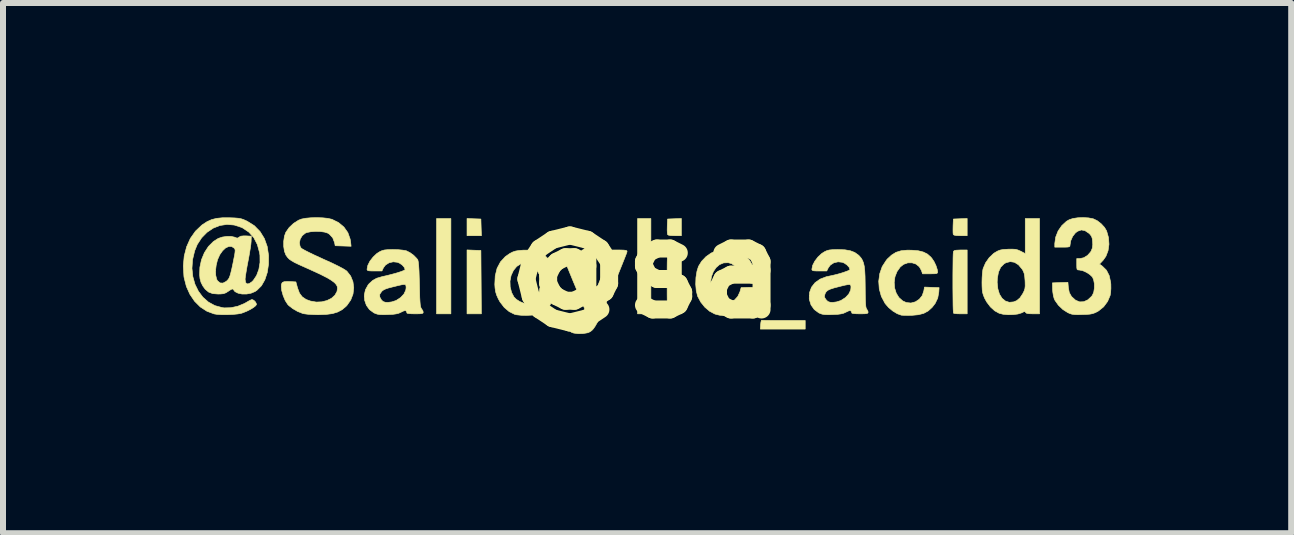
<source format=kicad_pcb>
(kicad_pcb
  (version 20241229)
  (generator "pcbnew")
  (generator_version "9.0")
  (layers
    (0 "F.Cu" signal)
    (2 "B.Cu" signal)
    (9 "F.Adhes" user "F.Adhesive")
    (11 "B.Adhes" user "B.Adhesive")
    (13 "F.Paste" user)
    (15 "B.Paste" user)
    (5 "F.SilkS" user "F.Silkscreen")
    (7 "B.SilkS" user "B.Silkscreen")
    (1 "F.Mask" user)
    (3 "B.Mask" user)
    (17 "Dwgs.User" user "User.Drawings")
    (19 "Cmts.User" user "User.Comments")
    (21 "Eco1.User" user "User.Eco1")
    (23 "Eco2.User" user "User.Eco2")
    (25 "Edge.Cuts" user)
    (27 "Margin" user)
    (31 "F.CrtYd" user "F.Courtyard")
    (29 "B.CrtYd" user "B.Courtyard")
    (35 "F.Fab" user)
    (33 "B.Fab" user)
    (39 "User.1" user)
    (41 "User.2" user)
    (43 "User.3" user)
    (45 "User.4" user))
  (footprint "@sa"
    (layer "F.Cu")
    (at 7.718 1.418)
    (property "Reference" "@sa" (at 0 0 0) (layer "F.SilkS") (effects (font (size 1.524 1.524) (thickness 0.3))))
    (attr through_hole)
    (fp_poly (pts (xy -3.254 0.762) (xy -3.493 0.762) (xy -3.493 -0.826) (xy -3.254 -0.826) (xy -3.254 0.762)) (stroke (width 0.01) (type solid)) (fill yes) (layer "F.SilkS"))
    (fp_poly (pts (xy 0.079 0.762) (xy -0.143 0.762) (xy -0.143 -0.826) (xy 0.079 -0.826) (xy 0.079 0.762)) (stroke (width 0.01) (type solid)) (fill yes) (layer "F.SilkS"))
    (fp_poly (pts (xy -2.869 -0.298) (xy -2.754 -0.294) (xy -2.746 0.762) (xy -2.985 0.762) (xy -2.985 -0.303) (xy -2.869 -0.298)) (stroke (width 0.01) (type solid)) (fill yes) (layer "F.SilkS"))
    (fp_poly (pts (xy -2.869 -0.822) (xy -2.754 -0.818) (xy -2.75 -0.679) (xy -2.745 -0.54) (xy -2.985 -0.54) (xy -2.985 -0.827) (xy -2.869 -0.822)) (stroke (width 0.01) (type solid)) (fill yes) (layer "F.SilkS"))
    (fp_poly (pts (xy 0.587 -0.54) (xy 0.476 -0.54) (xy 0.409 -0.542) (xy 0.37 -0.55) (xy 0.356 -0.561) (xy 0.353 -0.587) (xy 0.351 -0.634) (xy 0.352 -0.694) (xy 0.352 -0.7) (xy 0.357 -0.818) (xy 0.587 -0.827) (xy 0.587 -0.54)) (stroke (width 0.01) (type solid)) (fill yes) (layer "F.SilkS"))
    (fp_poly (pts (xy 5.35 -0.54) (xy 5.238 -0.54) (xy 5.171 -0.542) (xy 5.132 -0.55) (xy 5.118 -0.561) (xy 5.115 -0.587) (xy 5.114 -0.634) (xy 5.115 -0.694) (xy 5.115 -0.7) (xy 5.12 -0.818) (xy 5.35 -0.827) (xy 5.35 -0.54)) (stroke (width 0.01) (type solid)) (fill yes) (layer "F.SilkS"))
    (fp_poly (pts (xy 1.944 0.87) (xy 1.989 0.871) (xy 2.057 0.872) (xy 2.143 0.873) (xy 2.242 0.873) (xy 2.294 0.873) (xy 2.651 0.873) (xy 2.651 1.016) (xy 1.903 1.016) (xy 1.908 0.941) (xy 1.913 0.898) (xy 1.921 0.872) (xy 1.925 0.869) (xy 1.944 0.87)) (stroke (width 0.01) (type solid)) (fill yes) (layer "F.SilkS"))
    (fp_poly (pts (xy 0.587 0.762) (xy 0.479 0.762) (xy 0.423 0.761) (xy 0.38 0.757) (xy 0.36 0.751) (xy 0.36 0.751) (xy 0.357 0.733) (xy 0.355 0.688) (xy 0.353 0.621) (xy 0.351 0.535) (xy 0.35 0.437) (xy 0.35 0.33) (xy 0.349 0.219) (xy 0.35 0.108) (xy 0.35 0.004) (xy 0.351 -0.091) (xy 0.353 -0.171) (xy 0.355 -0.232) (xy 0.357 -0.268) (xy 0.359 -0.277) (xy 0.372 -0.291) (xy 0.401 -0.298) (xy 0.454 -0.301) (xy 0.478 -0.302) (xy 0.587 -0.302) (xy 0.587 0.762)) (stroke (width 0.01) (type solid)) (fill yes) (layer "F.SilkS"))
    (fp_poly (pts (xy 5.35 0.762) (xy 5.241 0.762) (xy 5.185 0.761) (xy 5.143 0.757) (xy 5.122 0.751) (xy 5.122 0.751) (xy 5.12 0.733) (xy 5.117 0.688) (xy 5.115 0.621) (xy 5.114 0.535) (xy 5.113 0.437) (xy 5.112 0.33) (xy 5.112 0.219) (xy 5.112 0.108) (xy 5.113 0.004) (xy 5.114 -0.091) (xy 5.115 -0.171) (xy 5.117 -0.232) (xy 5.12 -0.268) (xy 5.121 -0.277) (xy 5.134 -0.291) (xy 5.164 -0.298) (xy 5.216 -0.301) (xy 5.24 -0.302) (xy 5.35 -0.302) (xy 5.35 0.762)) (stroke (width 0.01) (type solid)) (fill yes) (layer "F.SilkS"))
    (fp_poly (pts (xy 4.429 -0.298) (xy 4.536 -0.289) (xy 4.619 -0.268) (xy 4.686 -0.235) (xy 4.743 -0.185) (xy 4.761 -0.164) (xy 4.798 -0.109) (xy 4.83 -0.042) (xy 4.851 0.023) (xy 4.858 0.066) (xy 4.854 0.081) (xy 4.84 0.09) (xy 4.808 0.094) (xy 4.752 0.095) (xy 4.732 0.095) (xy 4.606 0.095) (xy 4.588 0.04) (xy 4.552 -0.023) (xy 4.498 -0.067) (xy 4.432 -0.088) (xy 4.361 -0.088) (xy 4.291 -0.063) (xy 4.235 -0.019) (xy 4.18 0.059) (xy 4.146 0.147) (xy 4.134 0.24) (xy 4.141 0.332) (xy 4.168 0.418) (xy 4.213 0.491) (xy 4.276 0.547) (xy 4.336 0.574) (xy 4.413 0.582) (xy 4.487 0.562) (xy 4.552 0.519) (xy 4.601 0.458) (xy 4.627 0.382) (xy 4.639 0.316) (xy 4.76 0.321) (xy 4.882 0.325) (xy 4.877 0.401) (xy 4.859 0.5) (xy 4.817 0.588) (xy 4.766 0.654) (xy 4.7 0.714) (xy 4.626 0.754) (xy 4.536 0.777) (xy 4.43 0.787) (xy 4.362 0.788) (xy 4.302 0.787) (xy 4.259 0.785) (xy 4.252 0.784) (xy 4.185 0.76) (xy 4.112 0.716) (xy 4.042 0.658) (xy 3.985 0.593) (xy 3.981 0.587) (xy 3.92 0.472) (xy 3.885 0.347) (xy 3.876 0.219) (xy 3.893 0.093) (xy 3.934 -0.025) (xy 4.002 -0.13) (xy 4.019 -0.151) (xy 4.09 -0.217) (xy 4.164 -0.263) (xy 4.248 -0.289) (xy 4.35 -0.299) (xy 4.429 -0.298)) (stroke (width 0.01) (type solid)) (fill yes) (layer "F.SilkS"))
    (fp_poly (pts (xy -1.927 -0.299) (xy -1.832 -0.284) (xy -1.753 -0.254) (xy -1.702 -0.223) (xy -1.651 -0.173) (xy -1.604 -0.106) (xy -1.569 -0.033) (xy -1.552 0.032) (xy -1.552 0.033) (xy -1.548 0.087) (xy -1.667 0.092) (xy -1.786 0.096) (xy -1.823 0.025) (xy -1.874 -0.043) (xy -1.936 -0.082) (xy -2.009 -0.092) (xy -2.086 -0.073) (xy -2.158 -0.027) (xy -2.213 0.041) (xy -2.251 0.124) (xy -2.269 0.217) (xy -2.266 0.314) (xy -2.242 0.407) (xy -2.203 0.481) (xy -2.163 0.521) (xy -2.107 0.557) (xy -2.05 0.581) (xy -2.013 0.587) (xy -1.959 0.576) (xy -1.899 0.55) (xy -1.846 0.515) (xy -1.816 0.484) (xy -1.794 0.438) (xy -1.779 0.385) (xy -1.779 0.384) (xy -1.77 0.325) (xy -1.645 0.321) (xy -1.519 0.316) (xy -1.528 0.412) (xy -1.553 0.521) (xy -1.604 0.618) (xy -1.678 0.698) (xy -1.771 0.755) (xy -1.777 0.758) (xy -1.834 0.773) (xy -1.911 0.784) (xy -1.999 0.788) (xy -2.084 0.786) (xy -2.158 0.778) (xy -2.192 0.77) (xy -2.281 0.726) (xy -2.364 0.656) (xy -2.435 0.564) (xy -2.464 0.512) (xy -2.492 0.449) (xy -2.509 0.393) (xy -2.518 0.331) (xy -2.522 0.272) (xy -2.515 0.129) (xy -2.484 0.003) (xy -2.427 -0.104) (xy -2.346 -0.192) (xy -2.271 -0.244) (xy -2.222 -0.269) (xy -2.176 -0.284) (xy -2.122 -0.293) (xy -2.049 -0.299) (xy -2.045 -0.299) (xy -1.927 -0.299)) (stroke (width 0.01) (type solid)) (fill yes) (layer "F.SilkS"))
    (fp_poly (pts (xy 1.408 -0.297) (xy 1.497 -0.285) (xy 1.569 -0.264) (xy 1.582 -0.257) (xy 1.658 -0.204) (xy 1.722 -0.132) (xy 1.769 -0.05) (xy 1.792 0.034) (xy 1.794 0.061) (xy 1.792 0.078) (xy 1.78 0.088) (xy 1.754 0.093) (xy 1.706 0.095) (xy 1.67 0.095) (xy 1.546 0.095) (xy 1.527 0.042) (xy 1.487 -0.027) (xy 1.428 -0.073) (xy 1.369 -0.09) (xy 1.291 -0.087) (xy 1.222 -0.058) (xy 1.165 -0.008) (xy 1.12 0.059) (xy 1.09 0.137) (xy 1.075 0.222) (xy 1.077 0.309) (xy 1.097 0.393) (xy 1.136 0.47) (xy 1.191 0.529) (xy 1.261 0.57) (xy 1.335 0.583) (xy 1.408 0.569) (xy 1.474 0.531) (xy 1.528 0.471) (xy 1.563 0.395) (xy 1.583 0.325) (xy 1.697 0.321) (xy 1.763 0.32) (xy 1.803 0.327) (xy 1.821 0.349) (xy 1.821 0.39) (xy 1.81 0.451) (xy 1.773 0.563) (xy 1.714 0.652) (xy 1.632 0.719) (xy 1.527 0.764) (xy 1.399 0.786) (xy 1.369 0.788) (xy 1.287 0.79) (xy 1.225 0.785) (xy 1.169 0.772) (xy 1.143 0.764) (xy 1.058 0.719) (xy 0.978 0.651) (xy 0.91 0.566) (xy 0.86 0.472) (xy 0.857 0.465) (xy 0.835 0.376) (xy 0.826 0.269) (xy 0.83 0.157) (xy 0.847 0.052) (xy 0.872 -0.028) (xy 0.924 -0.113) (xy 0.997 -0.19) (xy 1.082 -0.25) (xy 1.145 -0.279) (xy 1.221 -0.295) (xy 1.313 -0.301) (xy 1.408 -0.297)) (stroke (width 0.01) (type solid)) (fill yes) (layer "F.SilkS"))
    (fp_poly (pts (xy 6.556 0.762) (xy 6.445 0.762) (xy 6.381 0.76) (xy 6.343 0.754) (xy 6.326 0.742) (xy 6.324 0.739) (xy 6.314 0.726) (xy 6.294 0.728) (xy 6.256 0.746) (xy 6.254 0.747) (xy 6.195 0.765) (xy 6.117 0.775) (xy 6.031 0.777) (xy 5.948 0.769) (xy 5.882 0.752) (xy 5.808 0.711) (xy 5.737 0.646) (xy 5.675 0.564) (xy 5.641 0.502) (xy 5.621 0.453) (xy 5.608 0.41) (xy 5.601 0.363) (xy 5.598 0.301) (xy 5.597 0.238) (xy 5.85 0.238) (xy 5.861 0.345) (xy 5.888 0.434) (xy 5.931 0.503) (xy 5.987 0.549) (xy 6.052 0.57) (xy 6.125 0.563) (xy 6.176 0.542) (xy 6.23 0.496) (xy 6.276 0.427) (xy 6.299 0.381) (xy 6.312 0.342) (xy 6.317 0.298) (xy 6.316 0.239) (xy 6.315 0.212) (xy 6.309 0.14) (xy 6.3 0.089) (xy 6.284 0.048) (xy 6.265 0.016) (xy 6.205 -0.055) (xy 6.138 -0.097) (xy 6.068 -0.108) (xy 5.997 -0.09) (xy 5.966 -0.072) (xy 5.909 -0.015) (xy 5.872 0.065) (xy 5.853 0.171) (xy 5.85 0.238) (xy 5.597 0.238) (xy 5.599 0.16) (xy 5.604 0.087) (xy 5.611 0.029) (xy 5.617 0.005) (xy 5.657 -0.088) (xy 5.718 -0.175) (xy 5.792 -0.245) (xy 5.817 -0.261) (xy 5.861 -0.286) (xy 5.901 -0.301) (xy 5.95 -0.31) (xy 6.017 -0.314) (xy 6.031 -0.315) (xy 6.103 -0.316) (xy 6.153 -0.313) (xy 6.193 -0.303) (xy 6.234 -0.285) (xy 6.243 -0.281) (xy 6.318 -0.242) (xy 6.318 -0.826) (xy 6.556 -0.826) (xy 6.556 0.762)) (stroke (width 0.01) (type solid)) (fill yes) (layer "F.SilkS"))
    (fp_poly (pts (xy -0.377 -0.3) (xy -0.339 -0.296) (xy -0.321 -0.288) (xy -0.318 -0.278) (xy -0.323 -0.258) (xy -0.34 -0.213) (xy -0.367 -0.145) (xy -0.402 -0.057) (xy -0.444 0.047) (xy -0.492 0.165) (xy -0.545 0.292) (xy -0.565 0.341) (xy -0.634 0.504) (xy -0.692 0.641) (xy -0.741 0.753) (xy -0.783 0.844) (xy -0.819 0.915) (xy -0.85 0.969) (xy -0.878 1.01) (xy -0.905 1.039) (xy -0.931 1.058) (xy -0.958 1.072) (xy -0.981 1.079) (xy -1.054 1.091) (xy -1.134 1.093) (xy -1.205 1.083) (xy -1.226 1.077) (xy -1.249 1.067) (xy -1.262 1.052) (xy -1.268 1.024) (xy -1.27 0.976) (xy -1.27 0.949) (xy -1.27 0.838) (xy -1.226 0.848) (xy -1.156 0.863) (xy -1.108 0.869) (xy -1.076 0.866) (xy -1.051 0.852) (xy -1.027 0.827) (xy -1 0.788) (xy -0.995 0.757) (xy -0.999 0.742) (xy -1.008 0.719) (xy -1.028 0.67) (xy -1.057 0.6) (xy -1.094 0.512) (xy -1.136 0.41) (xy -1.183 0.297) (xy -1.213 0.226) (xy -1.261 0.109) (xy -1.305 0.001) (xy -1.344 -0.094) (xy -1.375 -0.173) (xy -1.398 -0.233) (xy -1.411 -0.269) (xy -1.413 -0.278) (xy -1.406 -0.29) (xy -1.384 -0.298) (xy -1.338 -0.301) (xy -1.29 -0.302) (xy -1.167 -0.302) (xy -1.05 -0.012) (xy -0.999 0.114) (xy -0.959 0.214) (xy -0.927 0.289) (xy -0.904 0.345) (xy -0.887 0.382) (xy -0.875 0.405) (xy -0.867 0.415) (xy -0.862 0.417) (xy -0.857 0.413) (xy -0.855 0.41) (xy -0.846 0.39) (xy -0.827 0.344) (xy -0.799 0.278) (xy -0.766 0.196) (xy -0.727 0.102) (xy -0.704 0.044) (xy -0.565 -0.302) (xy -0.441 -0.302) (xy -0.377 -0.3)) (stroke (width 0.01) (type solid)) (fill yes) (layer "F.SilkS"))
    (fp_poly (pts (xy 7.372 -0.837) (xy 7.446 -0.823) (xy 7.448 -0.823) (xy 7.516 -0.791) (xy 7.583 -0.739) (xy 7.639 -0.678) (xy 7.674 -0.619) (xy 7.705 -0.509) (xy 7.713 -0.397) (xy 7.698 -0.291) (xy 7.662 -0.197) (xy 7.618 -0.134) (xy 7.555 -0.067) (xy 7.603 -0.032) (xy 7.671 0.035) (xy 7.717 0.125) (xy 7.741 0.236) (xy 7.744 0.268) (xy 7.745 0.338) (xy 7.741 0.405) (xy 7.733 0.454) (xy 7.733 0.455) (xy 7.69 0.556) (xy 7.624 0.645) (xy 7.541 0.712) (xy 7.525 0.722) (xy 7.481 0.744) (xy 7.442 0.758) (xy 7.397 0.767) (xy 7.337 0.772) (xy 7.271 0.774) (xy 7.192 0.776) (xy 7.137 0.774) (xy 7.095 0.768) (xy 7.058 0.756) (xy 7.025 0.741) (xy 6.944 0.689) (xy 6.87 0.618) (xy 6.814 0.539) (xy 6.801 0.512) (xy 6.787 0.463) (xy 6.777 0.399) (xy 6.773 0.349) (xy 6.771 0.246) (xy 6.9 0.241) (xy 7.029 0.237) (xy 7.036 0.325) (xy 7.052 0.409) (xy 7.089 0.474) (xy 7.152 0.531) (xy 7.161 0.537) (xy 7.225 0.563) (xy 7.293 0.56) (xy 7.361 0.529) (xy 7.424 0.47) (xy 7.436 0.454) (xy 7.459 0.403) (xy 7.47 0.334) (xy 7.47 0.26) (xy 7.457 0.193) (xy 7.437 0.148) (xy 7.394 0.107) (xy 7.335 0.069) (xy 7.272 0.042) (xy 7.22 0.032) (xy 7.195 0.03) (xy 7.182 0.021) (xy 7.177 -0.004) (xy 7.176 -0.052) (xy 7.176 -0.064) (xy 7.176 -0.159) (xy 7.229 -0.159) (xy 7.293 -0.173) (xy 7.355 -0.211) (xy 7.406 -0.268) (xy 7.417 -0.286) (xy 7.436 -0.334) (xy 7.443 -0.39) (xy 7.441 -0.435) (xy 7.435 -0.491) (xy 7.423 -0.528) (xy 7.4 -0.56) (xy 7.377 -0.582) (xy 7.314 -0.624) (xy 7.253 -0.636) (xy 7.192 -0.615) (xy 7.155 -0.588) (xy 7.108 -0.529) (xy 7.075 -0.454) (xy 7.064 -0.383) (xy 7.062 -0.366) (xy 7.051 -0.356) (xy 7.025 -0.351) (xy 6.978 -0.349) (xy 6.937 -0.349) (xy 6.81 -0.349) (xy 6.81 -0.41) (xy 6.825 -0.516) (xy 6.865 -0.618) (xy 6.927 -0.708) (xy 7.005 -0.78) (xy 7.054 -0.808) (xy 7.114 -0.827) (xy 7.195 -0.839) (xy 7.285 -0.842) (xy 7.372 -0.837)) (stroke (width 0.01) (type solid)) (fill yes) (layer "F.SilkS"))
    (fp_poly (pts (xy -5.391 -0.838) (xy -5.305 -0.829) (xy -5.24 -0.814) (xy -5.236 -0.813) (xy -5.125 -0.758) (xy -5.036 -0.683) (xy -4.971 -0.591) (xy -4.933 -0.484) (xy -4.926 -0.444) (xy -4.917 -0.364) (xy -5.182 -0.373) (xy -5.192 -0.424) (xy -5.223 -0.505) (xy -5.278 -0.565) (xy -5.306 -0.583) (xy -5.359 -0.6) (xy -5.431 -0.61) (xy -5.512 -0.612) (xy -5.59 -0.606) (xy -5.655 -0.593) (xy -5.679 -0.583) (xy -5.731 -0.541) (xy -5.765 -0.484) (xy -5.778 -0.423) (xy -5.768 -0.364) (xy -5.751 -0.335) (xy -5.729 -0.319) (xy -5.682 -0.293) (xy -5.615 -0.259) (xy -5.532 -0.219) (xy -5.438 -0.176) (xy -5.382 -0.15) (xy -5.246 -0.089) (xy -5.137 -0.036) (xy -5.055 0.007) (xy -5.002 0.04) (xy -4.987 0.052) (xy -4.924 0.133) (xy -4.886 0.227) (xy -4.873 0.328) (xy -4.885 0.432) (xy -4.923 0.531) (xy -4.985 0.62) (xy -5 0.636) (xy -5.065 0.691) (xy -5.139 0.731) (xy -5.226 0.758) (xy -5.333 0.772) (xy -5.464 0.777) (xy -5.475 0.777) (xy -5.56 0.774) (xy -5.639 0.769) (xy -5.7 0.761) (xy -5.726 0.755) (xy -5.811 0.721) (xy -5.891 0.674) (xy -5.956 0.623) (xy -5.974 0.604) (xy -6.015 0.54) (xy -6.049 0.459) (xy -6.073 0.375) (xy -6.08 0.309) (xy -6.077 0.267) (xy -6.063 0.24) (xy -6.034 0.227) (xy -5.983 0.223) (xy -5.922 0.225) (xy -5.837 0.23) (xy -5.809 0.333) (xy -5.777 0.418) (xy -5.731 0.479) (xy -5.666 0.523) (xy -5.594 0.549) (xy -5.498 0.566) (xy -5.404 0.562) (xy -5.318 0.54) (xy -5.243 0.503) (xy -5.187 0.452) (xy -5.152 0.39) (xy -5.144 0.338) (xy -5.148 0.305) (xy -5.165 0.274) (xy -5.195 0.241) (xy -5.242 0.206) (xy -5.307 0.166) (xy -5.394 0.121) (xy -5.505 0.068) (xy -5.642 0.006) (xy -5.691 -0.016) (xy -5.787 -0.059) (xy -5.858 -0.093) (xy -5.91 -0.123) (xy -5.948 -0.15) (xy -5.976 -0.179) (xy -6 -0.213) (xy -6.004 -0.219) (xy -6.028 -0.281) (xy -6.04 -0.361) (xy -6.04 -0.448) (xy -6.028 -0.532) (xy -6.005 -0.596) (xy -5.95 -0.675) (xy -5.876 -0.745) (xy -5.793 -0.798) (xy -5.745 -0.817) (xy -5.675 -0.831) (xy -5.586 -0.839) (xy -5.488 -0.841) (xy -5.391 -0.838)) (stroke (width 0.01) (type solid)) (fill yes) (layer "F.SilkS"))
    (fp_poly (pts (xy -4.133 -0.307) (xy -4.061 -0.3) (xy -4.007 -0.291) (xy -3.995 -0.288) (xy -3.934 -0.257) (xy -3.873 -0.212) (xy -3.823 -0.161) (xy -3.805 -0.137) (xy -3.798 -0.107) (xy -3.791 -0.046) (xy -3.785 0.046) (xy -3.781 0.169) (xy -3.778 0.272) (xy -3.775 0.393) (xy -3.773 0.486) (xy -3.769 0.556) (xy -3.765 0.605) (xy -3.76 0.639) (xy -3.753 0.661) (xy -3.745 0.676) (xy -3.743 0.678) (xy -3.721 0.712) (xy -3.715 0.735) (xy -3.719 0.749) (xy -3.735 0.757) (xy -3.77 0.761) (xy -3.829 0.762) (xy -3.85 0.762) (xy -3.911 0.761) (xy -3.957 0.757) (xy -3.983 0.752) (xy -3.985 0.75) (xy -3.993 0.727) (xy -3.998 0.717) (xy -4.012 0.708) (xy -4.039 0.713) (xy -4.081 0.733) (xy -4.122 0.752) (xy -4.167 0.763) (xy -4.225 0.771) (xy -4.305 0.774) (xy -4.31 0.775) (xy -4.387 0.776) (xy -4.442 0.774) (xy -4.482 0.767) (xy -4.518 0.754) (xy -4.538 0.745) (xy -4.611 0.691) (xy -4.662 0.62) (xy -4.691 0.537) (xy -4.695 0.48) (xy -4.44 0.48) (xy -4.412 0.53) (xy -4.384 0.557) (xy -4.349 0.569) (xy -4.306 0.572) (xy -4.238 0.563) (xy -4.171 0.541) (xy -4.164 0.538) (xy -4.092 0.491) (xy -4.037 0.433) (xy -4.006 0.368) (xy -4 0.33) (xy -4.002 0.297) (xy -4.009 0.278) (xy -4.029 0.272) (xy -4.067 0.276) (xy -4.129 0.29) (xy -4.146 0.294) (xy -4.235 0.316) (xy -4.299 0.333) (xy -4.343 0.348) (xy -4.374 0.363) (xy -4.397 0.379) (xy -4.407 0.389) (xy -4.439 0.435) (xy -4.44 0.48) (xy -4.695 0.48) (xy -4.697 0.449) (xy -4.678 0.361) (xy -4.634 0.281) (xy -4.614 0.257) (xy -4.555 0.204) (xy -4.491 0.169) (xy -4.409 0.145) (xy -4.403 0.143) (xy -4.31 0.122) (xy -4.222 0.099) (xy -4.143 0.077) (xy -4.079 0.056) (xy -4.035 0.038) (xy -4.017 0.025) (xy -4.016 0.024) (xy -4.03 -0.012) (xy -4.064 -0.051) (xy -4.111 -0.083) (xy -4.144 -0.097) (xy -4.215 -0.105) (xy -4.284 -0.089) (xy -4.343 -0.052) (xy -4.378 -0.006) (xy -4.403 0.048) (xy -4.527 0.048) (xy -4.59 0.047) (xy -4.627 0.044) (xy -4.645 0.036) (xy -4.651 0.023) (xy -4.651 0.018) (xy -4.638 -0.046) (xy -4.603 -0.116) (xy -4.55 -0.184) (xy -4.488 -0.243) (xy -4.439 -0.274) (xy -4.402 -0.291) (xy -4.361 -0.302) (xy -4.309 -0.307) (xy -4.236 -0.309) (xy -4.215 -0.309) (xy -4.133 -0.307)) (stroke (width 0.01) (type solid)) (fill yes) (layer "F.SilkS"))
    (fp_poly (pts (xy 3.313 -0.305) (xy 3.403 -0.289) (xy 3.476 -0.261) (xy 3.536 -0.218) (xy 3.554 -0.201) (xy 3.583 -0.167) (xy 3.605 -0.13) (xy 3.622 -0.086) (xy 3.635 -0.03) (xy 3.643 0.043) (xy 3.648 0.136) (xy 3.65 0.254) (xy 3.651 0.327) (xy 3.652 0.443) (xy 3.654 0.531) (xy 3.657 0.595) (xy 3.661 0.639) (xy 3.667 0.667) (xy 3.675 0.682) (xy 3.676 0.683) (xy 3.695 0.716) (xy 3.699 0.735) (xy 3.695 0.749) (xy 3.678 0.757) (xy 3.643 0.761) (xy 3.584 0.762) (xy 3.564 0.762) (xy 3.503 0.761) (xy 3.456 0.757) (xy 3.431 0.752) (xy 3.429 0.75) (xy 3.421 0.727) (xy 3.415 0.717) (xy 3.401 0.708) (xy 3.375 0.713) (xy 3.332 0.733) (xy 3.291 0.752) (xy 3.246 0.763) (xy 3.188 0.771) (xy 3.108 0.774) (xy 3.104 0.775) (xy 3.026 0.776) (xy 2.972 0.774) (xy 2.931 0.767) (xy 2.895 0.754) (xy 2.876 0.745) (xy 2.802 0.69) (xy 2.748 0.614) (xy 2.72 0.524) (xy 2.718 0.507) (xy 2.72 0.461) (xy 2.971 0.461) (xy 2.974 0.488) (xy 2.993 0.519) (xy 3.002 0.53) (xy 3.029 0.557) (xy 3.065 0.569) (xy 3.108 0.572) (xy 3.175 0.563) (xy 3.243 0.541) (xy 3.249 0.538) (xy 3.322 0.491) (xy 3.376 0.433) (xy 3.408 0.368) (xy 3.413 0.33) (xy 3.413 0.301) (xy 3.407 0.282) (xy 3.392 0.274) (xy 3.363 0.275) (xy 3.314 0.284) (xy 3.24 0.302) (xy 3.221 0.307) (xy 3.132 0.33) (xy 3.07 0.35) (xy 3.028 0.37) (xy 3.002 0.392) (xy 2.986 0.418) (xy 2.984 0.423) (xy 2.971 0.461) (xy 2.72 0.461) (xy 2.723 0.407) (xy 2.756 0.318) (xy 2.815 0.243) (xy 2.898 0.184) (xy 3.002 0.144) (xy 3.04 0.136) (xy 3.11 0.121) (xy 3.185 0.103) (xy 3.257 0.082) (xy 3.32 0.061) (xy 3.368 0.043) (xy 3.394 0.028) (xy 3.397 0.024) (xy 3.384 -0.012) (xy 3.349 -0.051) (xy 3.303 -0.083) (xy 3.27 -0.097) (xy 3.199 -0.105) (xy 3.129 -0.089) (xy 3.071 -0.052) (xy 3.036 -0.006) (xy 3.01 0.048) (xy 2.886 0.048) (xy 2.824 0.047) (xy 2.786 0.044) (xy 2.768 0.036) (xy 2.762 0.023) (xy 2.762 0.018) (xy 2.775 -0.046) (xy 2.811 -0.116) (xy 2.863 -0.184) (xy 2.926 -0.243) (xy 2.975 -0.274) (xy 3.012 -0.291) (xy 3.053 -0.302) (xy 3.105 -0.307) (xy 3.179 -0.309) (xy 3.199 -0.309) (xy 3.313 -0.305)) (stroke (width 0.01) (type solid)) (fill yes) (layer "F.SilkS"))
    (fp_poly (pts (xy -6.858 -0.836) (xy -6.798 -0.831) (xy -6.752 -0.823) (xy -6.712 -0.81) (xy -6.667 -0.79) (xy -6.648 -0.781) (xy -6.53 -0.707) (xy -6.435 -0.61) (xy -6.363 -0.494) (xy -6.315 -0.36) (xy -6.292 -0.209) (xy -6.293 -0.067) (xy -6.314 0.073) (xy -6.354 0.194) (xy -6.411 0.294) (xy -6.485 0.368) (xy -6.517 0.39) (xy -6.584 0.418) (xy -6.659 0.432) (xy -6.734 0.432) (xy -6.8 0.418) (xy -6.852 0.392) (xy -6.88 0.356) (xy -6.891 0.347) (xy -6.914 0.354) (xy -6.954 0.379) (xy -6.959 0.383) (xy -7.003 0.411) (xy -7.043 0.426) (xy -7.092 0.431) (xy -7.133 0.432) (xy -7.223 0.425) (xy -7.292 0.399) (xy -7.348 0.352) (xy -7.388 0.297) (xy -7.418 0.238) (xy -7.435 0.175) (xy -7.441 0.115) (xy -7.439 0.039) (xy -7.176 0.039) (xy -7.173 0.119) (xy -7.158 0.184) (xy -7.143 0.212) (xy -7.1 0.247) (xy -7.052 0.25) (xy -6.999 0.222) (xy -6.985 0.21) (xy -6.966 0.19) (xy -6.951 0.167) (xy -6.937 0.133) (xy -6.923 0.085) (xy -6.906 0.016) (xy -6.888 -0.068) (xy -6.87 -0.159) (xy -6.857 -0.223) (xy -6.851 -0.267) (xy -6.849 -0.296) (xy -6.853 -0.315) (xy -6.862 -0.329) (xy -6.867 -0.334) (xy -6.909 -0.361) (xy -6.957 -0.36) (xy -7.009 -0.336) (xy -7.059 -0.289) (xy -7.105 -0.224) (xy -7.141 -0.144) (xy -7.143 -0.139) (xy -7.165 -0.05) (xy -7.176 0.039) (xy -7.439 0.039) (xy -7.437 -0.014) (xy -7.41 -0.14) (xy -7.361 -0.258) (xy -7.294 -0.361) (xy -7.211 -0.444) (xy -7.132 -0.494) (xy -7.065 -0.517) (xy -6.989 -0.528) (xy -6.915 -0.528) (xy -6.856 -0.515) (xy -6.846 -0.51) (xy -6.814 -0.499) (xy -6.79 -0.511) (xy -6.784 -0.516) (xy -6.756 -0.532) (xy -6.71 -0.537) (xy -6.67 -0.537) (xy -6.58 -0.532) (xy -6.583 -0.445) (xy -6.587 -0.398) (xy -6.597 -0.328) (xy -6.611 -0.243) (xy -6.627 -0.152) (xy -6.635 -0.112) (xy -6.652 -0.023) (xy -6.666 0.06) (xy -6.677 0.129) (xy -6.683 0.177) (xy -6.683 0.192) (xy -6.675 0.241) (xy -6.651 0.263) (xy -6.616 0.259) (xy -6.57 0.228) (xy -6.546 0.204) (xy -6.492 0.123) (xy -6.454 0.021) (xy -6.435 -0.093) (xy -6.436 -0.212) (xy -6.442 -0.255) (xy -6.479 -0.392) (xy -6.538 -0.507) (xy -6.62 -0.599) (xy -6.724 -0.669) (xy -6.745 -0.679) (xy -6.865 -0.718) (xy -6.986 -0.728) (xy -7.105 -0.71) (xy -7.217 -0.665) (xy -7.319 -0.596) (xy -7.408 -0.505) (xy -7.481 -0.393) (xy -7.524 -0.288) (xy -7.559 -0.141) (xy -7.569 0.003) (xy -7.555 0.14) (xy -7.519 0.269) (xy -7.462 0.385) (xy -7.387 0.485) (xy -7.295 0.566) (xy -7.187 0.625) (xy -7.066 0.658) (xy -7.031 0.663) (xy -6.92 0.66) (xy -6.804 0.635) (xy -6.695 0.59) (xy -6.66 0.57) (xy -6.615 0.544) (xy -6.58 0.527) (xy -6.566 0.524) (xy -6.537 0.537) (xy -6.509 0.566) (xy -6.494 0.599) (xy -6.493 0.605) (xy -6.507 0.627) (xy -6.543 0.656) (xy -6.595 0.688) (xy -6.657 0.719) (xy -6.72 0.744) (xy -6.746 0.753) (xy -6.806 0.764) (xy -6.887 0.772) (xy -6.978 0.776) (xy -7.069 0.776) (xy -7.149 0.771) (xy -7.201 0.763) (xy -7.321 0.718) (xy -7.43 0.647) (xy -7.525 0.552) (xy -7.603 0.437) (xy -7.662 0.306) (xy -7.699 0.162) (xy -7.703 0.137) (xy -7.713 -0.036) (xy -7.698 -0.201) (xy -7.658 -0.355) (xy -7.596 -0.494) (xy -7.511 -0.615) (xy -7.406 -0.715) (xy -7.397 -0.722) (xy -7.319 -0.773) (xy -7.242 -0.808) (xy -7.159 -0.829) (xy -7.06 -0.839) (xy -6.94 -0.839) (xy -6.858 -0.836)) (stroke (width 0.01) (type solid)) (fill yes) (layer "F.SilkS")))
  (gr_rect
    (start -3 -3)
    (end 18.468 5.836)
    (stroke (width 0.1) (type default))
    (fill no)
    (layer "Edge.Cuts")))
</source>
